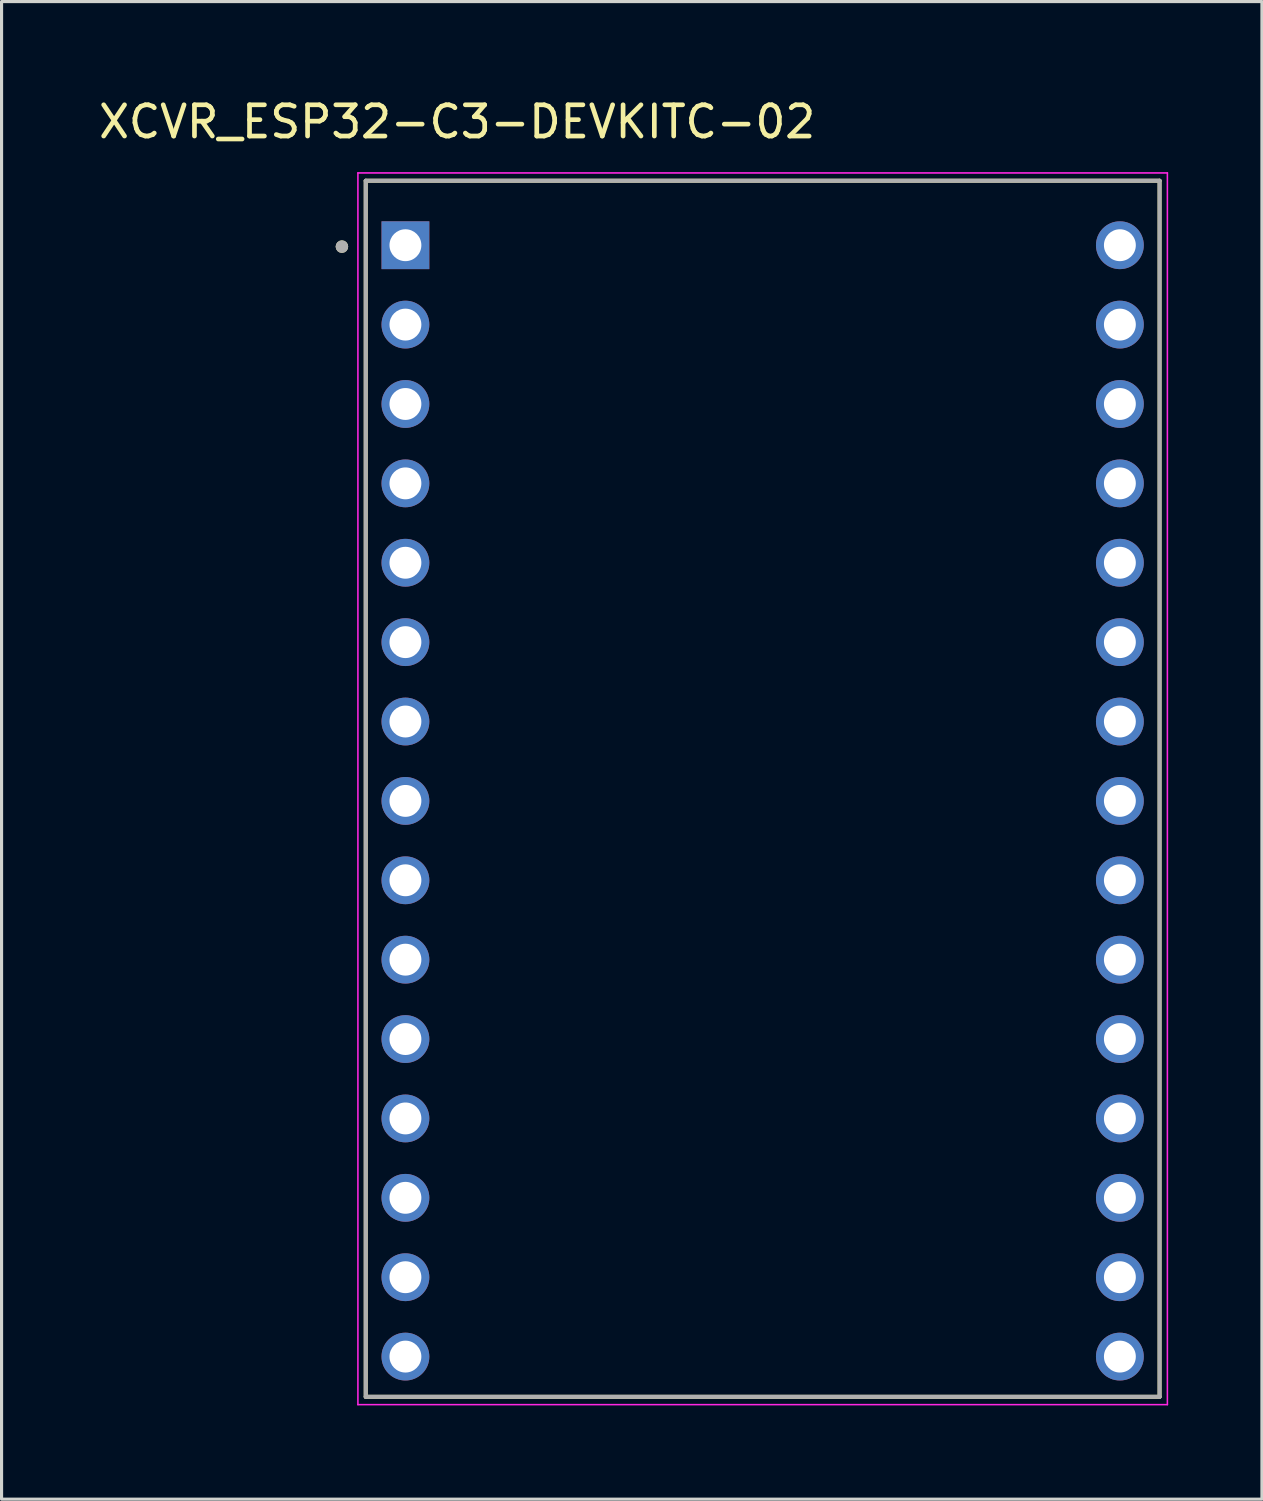
<source format=kicad_pcb>
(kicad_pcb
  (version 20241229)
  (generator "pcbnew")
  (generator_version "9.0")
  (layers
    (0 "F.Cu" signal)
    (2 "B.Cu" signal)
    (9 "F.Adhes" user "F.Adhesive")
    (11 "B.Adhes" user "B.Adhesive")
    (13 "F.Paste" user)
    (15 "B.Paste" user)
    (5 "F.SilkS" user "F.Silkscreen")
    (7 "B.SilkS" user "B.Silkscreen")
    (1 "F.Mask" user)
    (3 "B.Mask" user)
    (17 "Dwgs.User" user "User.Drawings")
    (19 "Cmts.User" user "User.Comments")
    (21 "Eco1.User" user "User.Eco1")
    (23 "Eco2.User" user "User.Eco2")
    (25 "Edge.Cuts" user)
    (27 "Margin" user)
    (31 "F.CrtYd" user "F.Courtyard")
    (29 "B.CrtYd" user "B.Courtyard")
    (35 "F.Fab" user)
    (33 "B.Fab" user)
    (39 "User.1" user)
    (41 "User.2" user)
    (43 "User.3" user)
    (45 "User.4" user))
  (footprint "XCVR_ESP32-C3-DEVKITC-02"
    (layer "F.Cu")
    (at 21.352 22.188)
    (property "Reference" "XCVR_ESP32-C3-DEVKITC-02" (at -9.775 -21.34 0) (layer "F.SilkS") (effects (font (size 1 1) (thickness 0.15))))
    (attr through_hole)
    (fp_line (start -12.7 -19.455) (end 12.7 -19.455) (stroke (width 0.127) (type solid)) (layer "F.SilkS"))
    (fp_line (start -12.7 19.455) (end -12.7 -19.455) (stroke (width 0.127) (type solid)) (layer "F.SilkS"))
    (fp_line (start 12.7 -19.455) (end 12.7 19.455) (stroke (width 0.127) (type solid)) (layer "F.SilkS"))
    (fp_line (start 12.7 19.455) (end -12.7 19.455) (stroke (width 0.127) (type solid)) (layer "F.SilkS"))
    (fp_circle (center -13.462 -17.347) (end -13.362 -17.347) (stroke (width 0.2) (type solid)) (fill no) (layer "F.SilkS"))
    (fp_line (start -12.95 -19.705) (end -12.95 19.705) (stroke (width 0.05) (type solid)) (layer "F.CrtYd"))
    (fp_line (start -12.95 19.705) (end 12.95 19.705) (stroke (width 0.05) (type solid)) (layer "F.CrtYd"))
    (fp_line (start 12.95 -19.705) (end -12.95 -19.705) (stroke (width 0.05) (type solid)) (layer "F.CrtYd"))
    (fp_line (start 12.95 19.705) (end 12.95 -19.705) (stroke (width 0.05) (type solid)) (layer "F.CrtYd"))
    (fp_line (start -12.7 -19.455) (end 12.7 -19.455) (stroke (width 0.127) (type solid)) (layer "F.Fab"))
    (fp_line (start -12.7 19.455) (end -12.7 -19.455) (stroke (width 0.127) (type solid)) (layer "F.Fab"))
    (fp_line (start 12.7 -19.455) (end 12.7 19.455) (stroke (width 0.127) (type solid)) (layer "F.Fab"))
    (fp_line (start 12.7 19.455) (end -12.7 19.455) (stroke (width 0.127) (type solid)) (layer "F.Fab"))
    (fp_circle (center -13.462 -17.347) (end -13.362 -17.347) (stroke (width 0.2) (type solid)) (fill no) (layer "F.Fab"))
    (pad "1" thru_hole rect (at -11.43 -17.392) (size 1.53 1.53) (drill 1.02) (layers "*.Cu" "*.Mask"))
    (pad "2" thru_hole circle (at -11.43 -14.852) (size 1.53 1.53) (drill 1.02) (layers "*.Cu" "*.Mask"))
    (pad "3" thru_hole circle (at -11.43 -12.312) (size 1.53 1.53) (drill 1.02) (layers "*.Cu" "*.Mask"))
    (pad "4" thru_hole circle (at -11.43 -9.772) (size 1.53 1.53) (drill 1.02) (layers "*.Cu" "*.Mask"))
    (pad "5" thru_hole circle (at -11.43 -7.232) (size 1.53 1.53) (drill 1.02) (layers "*.Cu" "*.Mask"))
    (pad "6" thru_hole circle (at -11.43 -4.692) (size 1.53 1.53) (drill 1.02) (layers "*.Cu" "*.Mask"))
    (pad "7" thru_hole circle (at -11.43 -2.152) (size 1.53 1.53) (drill 1.02) (layers "*.Cu" "*.Mask"))
    (pad "8" thru_hole circle (at -11.43 0.388) (size 1.53 1.53) (drill 1.02) (layers "*.Cu" "*.Mask"))
    (pad "9" thru_hole circle (at -11.43 2.928) (size 1.53 1.53) (drill 1.02) (layers "*.Cu" "*.Mask"))
    (pad "10" thru_hole circle (at -11.43 5.468) (size 1.53 1.53) (drill 1.02) (layers "*.Cu" "*.Mask"))
    (pad "11" thru_hole circle (at -11.43 8.008) (size 1.53 1.53) (drill 1.02) (layers "*.Cu" "*.Mask"))
    (pad "12" thru_hole circle (at -11.43 10.548) (size 1.53 1.53) (drill 1.02) (layers "*.Cu" "*.Mask"))
    (pad "13" thru_hole circle (at -11.43 13.088) (size 1.53 1.53) (drill 1.02) (layers "*.Cu" "*.Mask"))
    (pad "14" thru_hole circle (at -11.43 15.628) (size 1.53 1.53) (drill 1.02) (layers "*.Cu" "*.Mask"))
    (pad "15" thru_hole circle (at -11.43 18.168) (size 1.53 1.53) (drill 1.02) (layers "*.Cu" "*.Mask"))
    (pad "16" thru_hole circle (at 11.43 18.168) (size 1.53 1.53) (drill 1.02) (layers "*.Cu" "*.Mask"))
    (pad "17" thru_hole circle (at 11.43 15.628) (size 1.53 1.53) (drill 1.02) (layers "*.Cu" "*.Mask"))
    (pad "18" thru_hole circle (at 11.43 13.088) (size 1.53 1.53) (drill 1.02) (layers "*.Cu" "*.Mask"))
    (pad "19" thru_hole circle (at 11.43 10.548) (size 1.53 1.53) (drill 1.02) (layers "*.Cu" "*.Mask"))
    (pad "20" thru_hole circle (at 11.43 8.008) (size 1.53 1.53) (drill 1.02) (layers "*.Cu" "*.Mask"))
    (pad "21" thru_hole circle (at 11.43 5.468) (size 1.53 1.53) (drill 1.02) (layers "*.Cu" "*.Mask"))
    (pad "22" thru_hole circle (at 11.43 2.928) (size 1.53 1.53) (drill 1.02) (layers "*.Cu" "*.Mask"))
    (pad "23" thru_hole circle (at 11.43 0.388) (size 1.53 1.53) (drill 1.02) (layers "*.Cu" "*.Mask"))
    (pad "24" thru_hole circle (at 11.43 -2.152) (size 1.53 1.53) (drill 1.02) (layers "*.Cu" "*.Mask"))
    (pad "25" thru_hole circle (at 11.43 -4.692) (size 1.53 1.53) (drill 1.02) (layers "*.Cu" "*.Mask"))
    (pad "26" thru_hole circle (at 11.43 -7.232) (size 1.53 1.53) (drill 1.02) (layers "*.Cu" "*.Mask"))
    (pad "27" thru_hole circle (at 11.43 -9.772) (size 1.53 1.53) (drill 1.02) (layers "*.Cu" "*.Mask"))
    (pad "28" thru_hole circle (at 11.43 -12.312) (size 1.53 1.53) (drill 1.02) (layers "*.Cu" "*.Mask"))
    (pad "29" thru_hole circle (at 11.43 -14.852) (size 1.53 1.53) (drill 1.02) (layers "*.Cu" "*.Mask"))
    (pad "30" thru_hole circle (at 11.43 -17.392) (size 1.53 1.53) (drill 1.02) (layers "*.Cu" "*.Mask")))
  (gr_rect
    (start -3 -3)
    (end 37.327 44.918)
    (stroke (width 0.1) (type default))
    (fill no)
    (layer "Edge.Cuts")))
</source>
